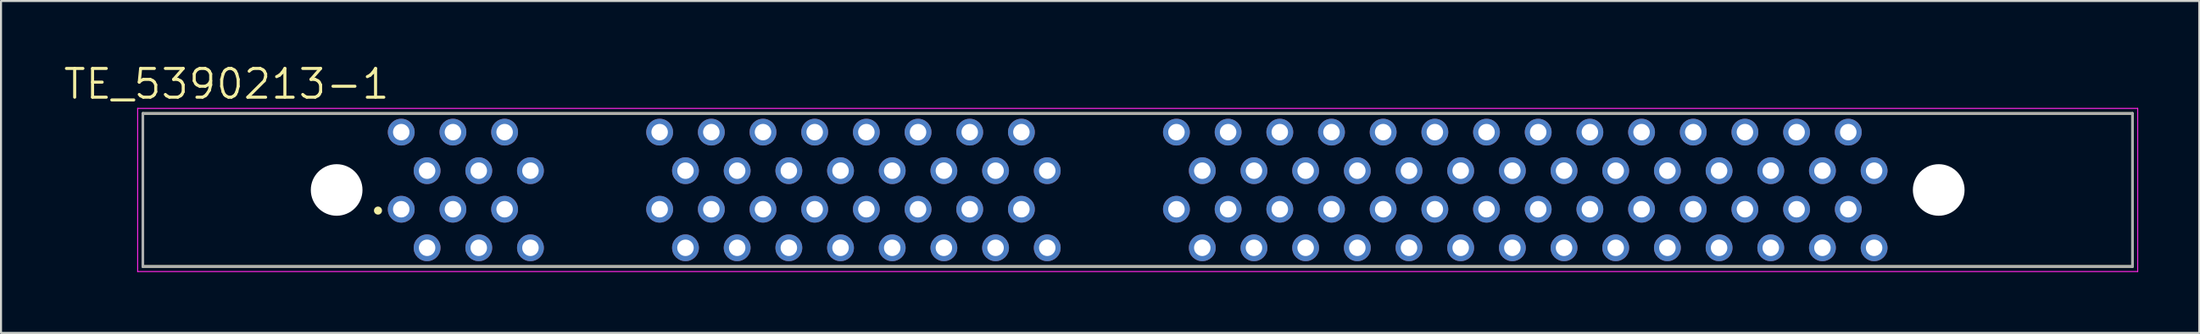
<source format=kicad_pcb>
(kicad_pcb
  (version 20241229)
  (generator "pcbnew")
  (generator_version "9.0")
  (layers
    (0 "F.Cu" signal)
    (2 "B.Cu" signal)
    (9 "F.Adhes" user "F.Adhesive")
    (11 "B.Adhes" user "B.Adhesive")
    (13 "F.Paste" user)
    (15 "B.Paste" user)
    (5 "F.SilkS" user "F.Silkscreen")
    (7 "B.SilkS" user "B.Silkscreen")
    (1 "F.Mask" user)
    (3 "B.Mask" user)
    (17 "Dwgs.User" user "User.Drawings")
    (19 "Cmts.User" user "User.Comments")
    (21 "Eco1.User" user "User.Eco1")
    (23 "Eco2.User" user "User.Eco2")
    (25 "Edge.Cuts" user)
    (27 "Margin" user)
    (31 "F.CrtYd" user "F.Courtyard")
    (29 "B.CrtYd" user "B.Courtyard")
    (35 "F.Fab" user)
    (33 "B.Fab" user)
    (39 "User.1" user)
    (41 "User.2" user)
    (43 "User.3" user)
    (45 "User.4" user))
  (footprint "TE_5390213-1"
    (layer "F.Cu")
    (at 52.866 6.311)
    (property "Reference" "TE_5390213-1" (at -44.784 -5.219 0) (layer "F.SilkS") (effects (font (size 1.418 1.418) (thickness 0.15))))
    (attr through_hole)
    (fp_line (start -48.895 -3.77) (end -48.895 3.77) (stroke (width 0.127) (type solid)) (layer "F.SilkS"))
    (fp_line (start -48.895 3.77) (end 48.895 3.77) (stroke (width 0.127) (type solid)) (layer "F.SilkS"))
    (fp_line (start 48.895 -3.77) (end -48.895 -3.77) (stroke (width 0.127) (type solid)) (layer "F.SilkS"))
    (fp_line (start 48.895 3.77) (end 48.895 -3.77) (stroke (width 0.127) (type solid)) (layer "F.SilkS"))
    (fp_circle (center -37.338 1.016) (end -37.238 1.016) (stroke (width 0.2) (type solid)) (fill no) (layer "F.SilkS"))
    (fp_line (start -49.15 -4.02) (end -49.15 4.02) (stroke (width 0.05) (type solid)) (layer "F.CrtYd"))
    (fp_line (start -49.15 4.02) (end 49.15 4.02) (stroke (width 0.05) (type solid)) (layer "F.CrtYd"))
    (fp_line (start 49.15 -4.02) (end -49.15 -4.02) (stroke (width 0.05) (type solid)) (layer "F.CrtYd"))
    (fp_line (start 49.15 4.02) (end 49.15 -4.02) (stroke (width 0.05) (type solid)) (layer "F.CrtYd"))
    (fp_line (start -48.895 -3.77) (end -48.895 3.77) (stroke (width 0.127) (type solid)) (layer "F.Fab"))
    (fp_line (start -48.895 3.77) (end 48.895 3.77) (stroke (width 0.127) (type solid)) (layer "F.Fab"))
    (fp_line (start 48.895 -3.77) (end -48.895 -3.77) (stroke (width 0.127) (type solid)) (layer "F.Fab"))
    (fp_line (start 48.895 3.77) (end 48.895 -3.77) (stroke (width 0.127) (type solid)) (layer "F.Fab"))
    (pad "" np_thru_hole circle (at -39.37 0) (size 2.54 2.54) (drill 2.54) (layers "*.Cu" "*.Mask"))
    (pad "" np_thru_hole circle (at 39.37 0) (size 2.54 2.54) (drill 2.54) (layers "*.Cu" "*.Mask"))
    (pad "1" thru_hole circle (at -36.195 0.95) (size 1.318 1.318) (drill 0.81) (layers "*.Cu" "*.Mask"))
    (pad "2" thru_hole circle (at -34.925 2.85) (size 1.318 1.318) (drill 0.81) (layers "*.Cu" "*.Mask"))
    (pad "3" thru_hole circle (at -33.655 0.95) (size 1.318 1.318) (drill 0.81) (layers "*.Cu" "*.Mask"))
    (pad "4" thru_hole circle (at -32.385 2.85) (size 1.318 1.318) (drill 0.81) (layers "*.Cu" "*.Mask"))
    (pad "5" thru_hole circle (at -31.115 0.95) (size 1.318 1.318) (drill 0.81) (layers "*.Cu" "*.Mask"))
    (pad "6" thru_hole circle (at -29.845 2.85) (size 1.318 1.318) (drill 0.81) (layers "*.Cu" "*.Mask"))
    (pad "7" thru_hole circle (at -23.495 0.95) (size 1.318 1.318) (drill 0.81) (layers "*.Cu" "*.Mask"))
    (pad "8" thru_hole circle (at -22.225 2.85) (size 1.318 1.318) (drill 0.81) (layers "*.Cu" "*.Mask"))
    (pad "9" thru_hole circle (at -20.955 0.95) (size 1.318 1.318) (drill 0.81) (layers "*.Cu" "*.Mask"))
    (pad "10" thru_hole circle (at -19.685 2.85) (size 1.318 1.318) (drill 0.81) (layers "*.Cu" "*.Mask"))
    (pad "11" thru_hole circle (at -18.415 0.95) (size 1.318 1.318) (drill 0.81) (layers "*.Cu" "*.Mask"))
    (pad "12" thru_hole circle (at -17.145 2.85) (size 1.318 1.318) (drill 0.81) (layers "*.Cu" "*.Mask"))
    (pad "13" thru_hole circle (at -15.875 0.95) (size 1.318 1.318) (drill 0.81) (layers "*.Cu" "*.Mask"))
    (pad "14" thru_hole circle (at -14.605 2.85) (size 1.318 1.318) (drill 0.81) (layers "*.Cu" "*.Mask"))
    (pad "15" thru_hole circle (at -13.335 0.95) (size 1.318 1.318) (drill 0.81) (layers "*.Cu" "*.Mask"))
    (pad "16" thru_hole circle (at -12.065 2.85) (size 1.318 1.318) (drill 0.81) (layers "*.Cu" "*.Mask"))
    (pad "17" thru_hole circle (at -10.795 0.95) (size 1.318 1.318) (drill 0.81) (layers "*.Cu" "*.Mask"))
    (pad "18" thru_hole circle (at -9.525 2.85) (size 1.318 1.318) (drill 0.81) (layers "*.Cu" "*.Mask"))
    (pad "19" thru_hole circle (at -8.255 0.95) (size 1.318 1.318) (drill 0.81) (layers "*.Cu" "*.Mask"))
    (pad "20" thru_hole circle (at -6.985 2.85) (size 1.318 1.318) (drill 0.81) (layers "*.Cu" "*.Mask"))
    (pad "21" thru_hole circle (at -5.715 0.95) (size 1.318 1.318) (drill 0.81) (layers "*.Cu" "*.Mask"))
    (pad "22" thru_hole circle (at -4.445 2.85) (size 1.318 1.318) (drill 0.81) (layers "*.Cu" "*.Mask"))
    (pad "23" thru_hole circle (at 1.905 0.95) (size 1.318 1.318) (drill 0.81) (layers "*.Cu" "*.Mask"))
    (pad "24" thru_hole circle (at 3.175 2.85) (size 1.318 1.318) (drill 0.81) (layers "*.Cu" "*.Mask"))
    (pad "25" thru_hole circle (at 4.445 0.95) (size 1.318 1.318) (drill 0.81) (layers "*.Cu" "*.Mask"))
    (pad "26" thru_hole circle (at 5.715 2.85) (size 1.318 1.318) (drill 0.81) (layers "*.Cu" "*.Mask"))
    (pad "27" thru_hole circle (at 6.985 0.95) (size 1.318 1.318) (drill 0.81) (layers "*.Cu" "*.Mask"))
    (pad "28" thru_hole circle (at 8.255 2.85) (size 1.318 1.318) (drill 0.81) (layers "*.Cu" "*.Mask"))
    (pad "29" thru_hole circle (at 9.525 0.95) (size 1.318 1.318) (drill 0.81) (layers "*.Cu" "*.Mask"))
    (pad "30" thru_hole circle (at 10.795 2.85) (size 1.318 1.318) (drill 0.81) (layers "*.Cu" "*.Mask"))
    (pad "31" thru_hole circle (at 12.065 0.95) (size 1.318 1.318) (drill 0.81) (layers "*.Cu" "*.Mask"))
    (pad "32" thru_hole circle (at 13.335 2.85) (size 1.318 1.318) (drill 0.81) (layers "*.Cu" "*.Mask"))
    (pad "33" thru_hole circle (at 14.605 0.95) (size 1.318 1.318) (drill 0.81) (layers "*.Cu" "*.Mask"))
    (pad "34" thru_hole circle (at 15.875 2.85) (size 1.318 1.318) (drill 0.81) (layers "*.Cu" "*.Mask"))
    (pad "35" thru_hole circle (at 17.145 0.95) (size 1.318 1.318) (drill 0.81) (layers "*.Cu" "*.Mask"))
    (pad "36" thru_hole circle (at 18.415 2.85) (size 1.318 1.318) (drill 0.81) (layers "*.Cu" "*.Mask"))
    (pad "37" thru_hole circle (at 19.685 0.95) (size 1.318 1.318) (drill 0.81) (layers "*.Cu" "*.Mask"))
    (pad "38" thru_hole circle (at 20.955 2.85) (size 1.318 1.318) (drill 0.81) (layers "*.Cu" "*.Mask"))
    (pad "39" thru_hole circle (at 22.225 0.95) (size 1.318 1.318) (drill 0.81) (layers "*.Cu" "*.Mask"))
    (pad "40" thru_hole circle (at 23.495 2.85) (size 1.318 1.318) (drill 0.81) (layers "*.Cu" "*.Mask"))
    (pad "41" thru_hole circle (at 24.765 0.95) (size 1.318 1.318) (drill 0.81) (layers "*.Cu" "*.Mask"))
    (pad "42" thru_hole circle (at 26.035 2.85) (size 1.318 1.318) (drill 0.81) (layers "*.Cu" "*.Mask"))
    (pad "43" thru_hole circle (at 27.305 0.95) (size 1.318 1.318) (drill 0.81) (layers "*.Cu" "*.Mask"))
    (pad "44" thru_hole circle (at 28.575 2.85) (size 1.318 1.318) (drill 0.81) (layers "*.Cu" "*.Mask"))
    (pad "45" thru_hole circle (at 29.845 0.95) (size 1.318 1.318) (drill 0.81) (layers "*.Cu" "*.Mask"))
    (pad "46" thru_hole circle (at 31.115 2.85) (size 1.318 1.318) (drill 0.81) (layers "*.Cu" "*.Mask"))
    (pad "47" thru_hole circle (at 32.385 0.95) (size 1.318 1.318) (drill 0.81) (layers "*.Cu" "*.Mask"))
    (pad "48" thru_hole circle (at 33.655 2.85) (size 1.318 1.318) (drill 0.81) (layers "*.Cu" "*.Mask"))
    (pad "49" thru_hole circle (at 34.925 0.95) (size 1.318 1.318) (drill 0.81) (layers "*.Cu" "*.Mask"))
    (pad "50" thru_hole circle (at 36.195 2.85) (size 1.318 1.318) (drill 0.81) (layers "*.Cu" "*.Mask"))
    (pad "51" thru_hole circle (at -36.195 -2.85) (size 1.318 1.318) (drill 0.81) (layers "*.Cu" "*.Mask"))
    (pad "52" thru_hole circle (at -34.925 -0.95) (size 1.318 1.318) (drill 0.81) (layers "*.Cu" "*.Mask"))
    (pad "53" thru_hole circle (at -33.655 -2.85) (size 1.318 1.318) (drill 0.81) (layers "*.Cu" "*.Mask"))
    (pad "54" thru_hole circle (at -32.385 -0.95) (size 1.318 1.318) (drill 0.81) (layers "*.Cu" "*.Mask"))
    (pad "55" thru_hole circle (at -31.115 -2.85) (size 1.318 1.318) (drill 0.81) (layers "*.Cu" "*.Mask"))
    (pad "56" thru_hole circle (at -29.845 -0.95) (size 1.318 1.318) (drill 0.81) (layers "*.Cu" "*.Mask"))
    (pad "57" thru_hole circle (at -23.495 -2.85) (size 1.318 1.318) (drill 0.81) (layers "*.Cu" "*.Mask"))
    (pad "58" thru_hole circle (at -22.225 -0.95) (size 1.318 1.318) (drill 0.81) (layers "*.Cu" "*.Mask"))
    (pad "59" thru_hole circle (at -20.955 -2.85) (size 1.318 1.318) (drill 0.81) (layers "*.Cu" "*.Mask"))
    (pad "60" thru_hole circle (at -19.685 -0.95) (size 1.318 1.318) (drill 0.81) (layers "*.Cu" "*.Mask"))
    (pad "61" thru_hole circle (at -18.415 -2.85) (size 1.318 1.318) (drill 0.81) (layers "*.Cu" "*.Mask"))
    (pad "62" thru_hole circle (at -17.145 -0.95) (size 1.318 1.318) (drill 0.81) (layers "*.Cu" "*.Mask"))
    (pad "63" thru_hole circle (at -15.875 -2.85) (size 1.318 1.318) (drill 0.81) (layers "*.Cu" "*.Mask"))
    (pad "64" thru_hole circle (at -14.605 -0.95) (size 1.318 1.318) (drill 0.81) (layers "*.Cu" "*.Mask"))
    (pad "65" thru_hole circle (at -13.335 -2.85) (size 1.318 1.318) (drill 0.81) (layers "*.Cu" "*.Mask"))
    (pad "66" thru_hole circle (at -12.065 -0.95) (size 1.318 1.318) (drill 0.81) (layers "*.Cu" "*.Mask"))
    (pad "67" thru_hole circle (at -10.795 -2.85) (size 1.318 1.318) (drill 0.81) (layers "*.Cu" "*.Mask"))
    (pad "68" thru_hole circle (at -9.525 -0.95) (size 1.318 1.318) (drill 0.81) (layers "*.Cu" "*.Mask"))
    (pad "69" thru_hole circle (at -8.255 -2.85) (size 1.318 1.318) (drill 0.81) (layers "*.Cu" "*.Mask"))
    (pad "70" thru_hole circle (at -6.985 -0.95) (size 1.318 1.318) (drill 0.81) (layers "*.Cu" "*.Mask"))
    (pad "71" thru_hole circle (at -5.715 -2.85) (size 1.318 1.318) (drill 0.81) (layers "*.Cu" "*.Mask"))
    (pad "72" thru_hole circle (at -4.445 -0.95) (size 1.318 1.318) (drill 0.81) (layers "*.Cu" "*.Mask"))
    (pad "73" thru_hole circle (at 1.905 -2.85) (size 1.318 1.318) (drill 0.81) (layers "*.Cu" "*.Mask"))
    (pad "74" thru_hole circle (at 3.175 -0.95) (size 1.318 1.318) (drill 0.81) (layers "*.Cu" "*.Mask"))
    (pad "75" thru_hole circle (at 4.445 -2.85) (size 1.318 1.318) (drill 0.81) (layers "*.Cu" "*.Mask"))
    (pad "76" thru_hole circle (at 5.715 -0.95) (size 1.318 1.318) (drill 0.81) (layers "*.Cu" "*.Mask"))
    (pad "77" thru_hole circle (at 6.985 -2.85) (size 1.318 1.318) (drill 0.81) (layers "*.Cu" "*.Mask"))
    (pad "78" thru_hole circle (at 8.255 -0.95) (size 1.318 1.318) (drill 0.81) (layers "*.Cu" "*.Mask"))
    (pad "79" thru_hole circle (at 9.525 -2.85) (size 1.318 1.318) (drill 0.81) (layers "*.Cu" "*.Mask"))
    (pad "80" thru_hole circle (at 10.795 -0.95) (size 1.318 1.318) (drill 0.81) (layers "*.Cu" "*.Mask"))
    (pad "81" thru_hole circle (at 12.065 -2.85) (size 1.318 1.318) (drill 0.81) (layers "*.Cu" "*.Mask"))
    (pad "82" thru_hole circle (at 13.335 -0.95) (size 1.318 1.318) (drill 0.81) (layers "*.Cu" "*.Mask"))
    (pad "83" thru_hole circle (at 14.605 -2.85) (size 1.318 1.318) (drill 0.81) (layers "*.Cu" "*.Mask"))
    (pad "84" thru_hole circle (at 15.875 -0.95) (size 1.318 1.318) (drill 0.81) (layers "*.Cu" "*.Mask"))
    (pad "85" thru_hole circle (at 17.145 -2.85) (size 1.318 1.318) (drill 0.81) (layers "*.Cu" "*.Mask"))
    (pad "86" thru_hole circle (at 18.415 -0.95) (size 1.318 1.318) (drill 0.81) (layers "*.Cu" "*.Mask"))
    (pad "87" thru_hole circle (at 19.685 -2.85) (size 1.318 1.318) (drill 0.81) (layers "*.Cu" "*.Mask"))
    (pad "88" thru_hole circle (at 20.955 -0.95) (size 1.318 1.318) (drill 0.81) (layers "*.Cu" "*.Mask"))
    (pad "89" thru_hole circle (at 22.225 -2.85) (size 1.318 1.318) (drill 0.81) (layers "*.Cu" "*.Mask"))
    (pad "90" thru_hole circle (at 23.495 -0.95) (size 1.318 1.318) (drill 0.81) (layers "*.Cu" "*.Mask"))
    (pad "91" thru_hole circle (at 24.765 -2.85) (size 1.318 1.318) (drill 0.81) (layers "*.Cu" "*.Mask"))
    (pad "92" thru_hole circle (at 26.035 -0.95) (size 1.318 1.318) (drill 0.81) (layers "*.Cu" "*.Mask"))
    (pad "93" thru_hole circle (at 27.305 -2.85) (size 1.318 1.318) (drill 0.81) (layers "*.Cu" "*.Mask"))
    (pad "94" thru_hole circle (at 28.575 -0.95) (size 1.318 1.318) (drill 0.81) (layers "*.Cu" "*.Mask"))
    (pad "95" thru_hole circle (at 29.845 -2.85) (size 1.318 1.318) (drill 0.81) (layers "*.Cu" "*.Mask"))
    (pad "96" thru_hole circle (at 31.115 -0.95) (size 1.318 1.318) (drill 0.81) (layers "*.Cu" "*.Mask"))
    (pad "97" thru_hole circle (at 32.385 -2.85) (size 1.318 1.318) (drill 0.81) (layers "*.Cu" "*.Mask"))
    (pad "98" thru_hole circle (at 33.655 -0.95) (size 1.318 1.318) (drill 0.81) (layers "*.Cu" "*.Mask"))
    (pad "99" thru_hole circle (at 34.925 -2.85) (size 1.318 1.318) (drill 0.81) (layers "*.Cu" "*.Mask"))
    (pad "100" thru_hole circle (at 36.195 -0.95) (size 1.318 1.318) (drill 0.81) (layers "*.Cu" "*.Mask")))
  (gr_rect
    (start -3 -3)
    (end 105.041 13.356)
    (stroke (width 0.1) (type default))
    (fill no)
    (layer "Edge.Cuts")))
</source>
